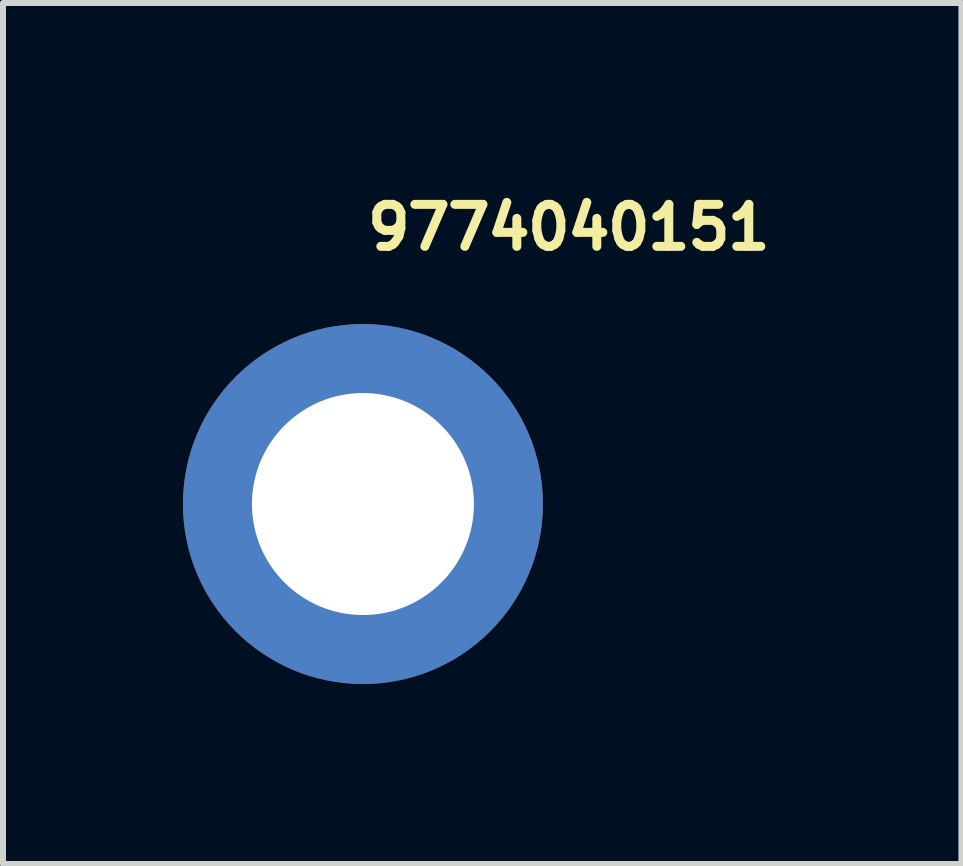
<source format=kicad_pcb>
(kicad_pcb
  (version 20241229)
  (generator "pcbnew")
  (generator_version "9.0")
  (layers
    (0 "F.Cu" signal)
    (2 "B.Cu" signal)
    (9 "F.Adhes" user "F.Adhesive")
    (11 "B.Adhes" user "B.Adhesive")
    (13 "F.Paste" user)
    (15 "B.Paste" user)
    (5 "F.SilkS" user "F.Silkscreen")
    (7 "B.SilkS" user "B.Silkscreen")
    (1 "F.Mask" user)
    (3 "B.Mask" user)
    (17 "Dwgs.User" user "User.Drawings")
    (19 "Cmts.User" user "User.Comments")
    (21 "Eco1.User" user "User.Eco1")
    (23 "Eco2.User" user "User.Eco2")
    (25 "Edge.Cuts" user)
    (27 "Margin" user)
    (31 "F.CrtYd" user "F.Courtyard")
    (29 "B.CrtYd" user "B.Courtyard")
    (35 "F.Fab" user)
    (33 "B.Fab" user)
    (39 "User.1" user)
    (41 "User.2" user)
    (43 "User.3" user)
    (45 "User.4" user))
  (footprint "9774040151"
    (layer "F.Cu")
    (at 3 5.352)
    (property "Reference" "9774040151" (at 0 -4.202 0) (layer "F.SilkS") (effects (font (size 0.7 0.7) (thickness 0.15)) (justify left bottom)))
    (attr smd)
    (fp_circle (center 0 0) (end 2.499 0) (stroke (width 1) (type solid)) (fill no) (layer "F.Paste"))
    (fp_line (start -2.551 0) (end -2.551 0) (stroke (width 0.02) (type solid)) (layer "User.9"))
    (fp_line (start -2.551 0) (end -2.548 0.131) (stroke (width 0.02) (type solid)) (layer "User.9"))
    (fp_line (start -2.548 -0.133) (end -2.551 0) (stroke (width 0.02) (type solid)) (layer "User.9"))
    (fp_line (start -2.548 0.131) (end -2.537 0.26) (stroke (width 0.02) (type solid)) (layer "User.9"))
    (fp_line (start -2.537 -0.262) (end -2.548 -0.133) (stroke (width 0.02) (type solid)) (layer "User.9"))
    (fp_line (start -2.537 0.26) (end -2.521 0.388) (stroke (width 0.02) (type solid)) (layer "User.9"))
    (fp_line (start -2.521 -0.39) (end -2.537 -0.262) (stroke (width 0.02) (type solid)) (layer "User.9"))
    (fp_line (start -2.521 0.388) (end -2.5 0.513) (stroke (width 0.02) (type solid)) (layer "User.9"))
    (fp_line (start -2.5 -0.515) (end -2.521 -0.39) (stroke (width 0.02) (type solid)) (layer "User.9"))
    (fp_line (start -2.5 0.513) (end -2.471 0.636) (stroke (width 0.02) (type solid)) (layer "User.9"))
    (fp_line (start -2.471 -0.638) (end -2.5 -0.515) (stroke (width 0.02) (type solid)) (layer "User.9"))
    (fp_line (start -2.471 0.636) (end -2.436 0.757) (stroke (width 0.02) (type solid)) (layer "User.9"))
    (fp_line (start -2.436 -0.759) (end -2.471 -0.638) (stroke (width 0.02) (type solid)) (layer "User.9"))
    (fp_line (start -2.436 0.757) (end -2.396 0.875) (stroke (width 0.02) (type solid)) (layer "User.9"))
    (fp_line (start -2.396 -0.877) (end -2.436 -0.759) (stroke (width 0.02) (type solid)) (layer "User.9"))
    (fp_line (start -2.396 0.875) (end -2.351 0.991) (stroke (width 0.02) (type solid)) (layer "User.9"))
    (fp_line (start -2.351 -0.993) (end -2.396 -0.877) (stroke (width 0.02) (type solid)) (layer "User.9"))
    (fp_line (start -2.351 0.991) (end -2.299 1.104) (stroke (width 0.02) (type solid)) (layer "User.9"))
    (fp_line (start -2.299 -1.107) (end -2.351 -0.993) (stroke (width 0.02) (type solid)) (layer "User.9"))
    (fp_line (start -2.299 1.104) (end -2.243 1.215) (stroke (width 0.02) (type solid)) (layer "User.9"))
    (fp_line (start -2.243 -1.216) (end -2.299 -1.107) (stroke (width 0.02) (type solid)) (layer "User.9"))
    (fp_line (start -2.243 1.215) (end -2.182 1.322) (stroke (width 0.02) (type solid)) (layer "User.9"))
    (fp_line (start -2.182 -1.323) (end -2.243 -1.216) (stroke (width 0.02) (type solid)) (layer "User.9"))
    (fp_line (start -2.182 1.322) (end -2.116 1.425) (stroke (width 0.02) (type solid)) (layer "User.9"))
    (fp_line (start -2.116 -1.426) (end -2.182 -1.323) (stroke (width 0.02) (type solid)) (layer "User.9"))
    (fp_line (start -2.116 1.425) (end -2.044 1.525) (stroke (width 0.02) (type solid)) (layer "User.9"))
    (fp_line (start -2.044 -1.526) (end -2.116 -1.426) (stroke (width 0.02) (type solid)) (layer "User.9"))
    (fp_line (start -2.044 1.525) (end -1.968 1.622) (stroke (width 0.02) (type solid)) (layer "User.9"))
    (fp_line (start -1.968 -1.623) (end -2.044 -1.526) (stroke (width 0.02) (type solid)) (layer "User.9"))
    (fp_line (start -1.968 1.622) (end -1.889 1.713) (stroke (width 0.02) (type solid)) (layer "User.9"))
    (fp_line (start -1.889 -1.716) (end -1.968 -1.623) (stroke (width 0.02) (type solid)) (layer "User.9"))
    (fp_line (start -1.889 1.713) (end -1.805 1.802) (stroke (width 0.02) (type solid)) (layer "User.9"))
    (fp_line (start -1.805 -1.805) (end -1.889 -1.716) (stroke (width 0.02) (type solid)) (layer "User.9"))
    (fp_line (start -1.805 1.802) (end -1.716 1.886) (stroke (width 0.02) (type solid)) (layer "User.9"))
    (fp_line (start -1.716 -1.889) (end -1.805 -1.805) (stroke (width 0.02) (type solid)) (layer "User.9"))
    (fp_line (start -1.716 1.886) (end -1.623 1.967) (stroke (width 0.02) (type solid)) (layer "User.9"))
    (fp_line (start -1.623 -1.968) (end -1.716 -1.889) (stroke (width 0.02) (type solid)) (layer "User.9"))
    (fp_line (start -1.623 1.967) (end -1.526 2.043) (stroke (width 0.02) (type solid)) (layer "User.9"))
    (fp_line (start -1.526 -2.044) (end -1.623 -1.968) (stroke (width 0.02) (type solid)) (layer "User.9"))
    (fp_line (start -1.526 2.043) (end -1.426 2.113) (stroke (width 0.02) (type solid)) (layer "User.9"))
    (fp_line (start -1.426 -2.116) (end -1.526 -2.044) (stroke (width 0.02) (type solid)) (layer "User.9"))
    (fp_line (start -1.426 2.113) (end -1.323 2.18) (stroke (width 0.02) (type solid)) (layer "User.9"))
    (fp_line (start -1.323 -2.182) (end -1.426 -2.116) (stroke (width 0.02) (type solid)) (layer "User.9"))
    (fp_line (start -1.323 2.18) (end -1.216 2.241) (stroke (width 0.02) (type solid)) (layer "User.9"))
    (fp_line (start -1.216 -2.243) (end -1.323 -2.182) (stroke (width 0.02) (type solid)) (layer "User.9"))
    (fp_line (start -1.216 2.241) (end -1.107 2.297) (stroke (width 0.02) (type solid)) (layer "User.9"))
    (fp_line (start -1.107 -2.299) (end -1.216 -2.243) (stroke (width 0.02) (type solid)) (layer "User.9"))
    (fp_line (start -1.107 2.297) (end -0.993 2.349) (stroke (width 0.02) (type solid)) (layer "User.9"))
    (fp_line (start -1.008 0) (end -1.008 0) (stroke (width 0.02) (type solid)) (layer "User.9"))
    (fp_line (start -1.008 0) (end -1.006 0.051) (stroke (width 0.02) (type solid)) (layer "User.9"))
    (fp_line (start -1.006 -0.053) (end -1.008 0) (stroke (width 0.02) (type solid)) (layer "User.9"))
    (fp_line (start -1.006 0.051) (end -1.002 0.102) (stroke (width 0.02) (type solid)) (layer "User.9"))
    (fp_line (start -1.002 -0.104) (end -1.006 -0.053) (stroke (width 0.02) (type solid)) (layer "User.9"))
    (fp_line (start -1.002 0.102) (end -0.995 0.152) (stroke (width 0.02) (type solid)) (layer "User.9"))
    (fp_line (start -0.995 -0.154) (end -1.002 -0.104) (stroke (width 0.02) (type solid)) (layer "User.9"))
    (fp_line (start -0.995 0.152) (end -0.987 0.202) (stroke (width 0.02) (type solid)) (layer "User.9"))
    (fp_line (start -0.993 -2.351) (end -1.107 -2.299) (stroke (width 0.02) (type solid)) (layer "User.9"))
    (fp_line (start -0.993 2.349) (end -0.877 2.394) (stroke (width 0.02) (type solid)) (layer "User.9"))
    (fp_line (start -0.987 -0.204) (end -0.995 -0.154) (stroke (width 0.02) (type solid)) (layer "User.9"))
    (fp_line (start -0.987 0.202) (end -0.975 0.25) (stroke (width 0.02) (type solid)) (layer "User.9"))
    (fp_line (start -0.975 -0.252) (end -0.987 -0.204) (stroke (width 0.02) (type solid)) (layer "User.9"))
    (fp_line (start -0.975 0.25) (end -0.962 0.298) (stroke (width 0.02) (type solid)) (layer "User.9"))
    (fp_line (start -0.962 -0.3) (end -0.975 -0.252) (stroke (width 0.02) (type solid)) (layer "User.9"))
    (fp_line (start -0.962 0.298) (end -0.947 0.346) (stroke (width 0.02) (type solid)) (layer "User.9"))
    (fp_line (start -0.947 -0.348) (end -0.962 -0.3) (stroke (width 0.02) (type solid)) (layer "User.9"))
    (fp_line (start -0.947 0.346) (end -0.929 0.391) (stroke (width 0.02) (type solid)) (layer "User.9"))
    (fp_line (start -0.929 -0.393) (end -0.947 -0.348) (stroke (width 0.02) (type solid)) (layer "User.9"))
    (fp_line (start -0.929 0.391) (end -0.909 0.435) (stroke (width 0.02) (type solid)) (layer "User.9"))
    (fp_line (start -0.909 -0.437) (end -0.929 -0.393) (stroke (width 0.02) (type solid)) (layer "User.9"))
    (fp_line (start -0.909 0.435) (end -0.886 0.479) (stroke (width 0.02) (type solid)) (layer "User.9"))
    (fp_line (start -0.886 -0.48) (end -0.909 -0.437) (stroke (width 0.02) (type solid)) (layer "User.9"))
    (fp_line (start -0.886 0.479) (end -0.861 0.521) (stroke (width 0.02) (type solid)) (layer "User.9"))
    (fp_line (start -0.877 -2.396) (end -0.993 -2.351) (stroke (width 0.02) (type solid)) (layer "User.9"))
    (fp_line (start -0.877 2.394) (end -0.759 2.435) (stroke (width 0.02) (type solid)) (layer "User.9"))
    (fp_line (start -0.861 -0.523) (end -0.886 -0.48) (stroke (width 0.02) (type solid)) (layer "User.9"))
    (fp_line (start -0.861 0.521) (end -0.835 0.562) (stroke (width 0.02) (type solid)) (layer "User.9"))
    (fp_line (start -0.835 -0.564) (end -0.861 -0.523) (stroke (width 0.02) (type solid)) (layer "User.9"))
    (fp_line (start -0.835 0.562) (end -0.808 0.601) (stroke (width 0.02) (type solid)) (layer "User.9"))
    (fp_line (start -0.808 -0.603) (end -0.835 -0.564) (stroke (width 0.02) (type solid)) (layer "User.9"))
    (fp_line (start -0.808 0.601) (end -0.778 0.64) (stroke (width 0.02) (type solid)) (layer "User.9"))
    (fp_line (start -0.778 -0.642) (end -0.808 -0.603) (stroke (width 0.02) (type solid)) (layer "User.9"))
    (fp_line (start -0.778 0.64) (end -0.746 0.676) (stroke (width 0.02) (type solid)) (layer "User.9"))
    (fp_line (start -0.759 -2.436) (end -0.877 -2.396) (stroke (width 0.02) (type solid)) (layer "User.9"))
    (fp_line (start -0.759 2.435) (end -0.638 2.468) (stroke (width 0.02) (type solid)) (layer "User.9"))
    (fp_line (start -0.746 -0.678) (end -0.778 -0.642) (stroke (width 0.02) (type solid)) (layer "User.9"))
    (fp_line (start -0.746 0.676) (end -0.712 0.71) (stroke (width 0.02) (type solid)) (layer "User.9"))
    (fp_line (start -0.712 -0.712) (end -0.746 -0.678) (stroke (width 0.02) (type solid)) (layer "User.9"))
    (fp_line (start -0.712 0.71) (end -0.678 0.744) (stroke (width 0.02) (type solid)) (layer "User.9"))
    (fp_line (start -0.678 -0.746) (end -0.712 -0.712) (stroke (width 0.02) (type solid)) (layer "User.9"))
    (fp_line (start -0.678 0.744) (end -0.642 0.776) (stroke (width 0.02) (type solid)) (layer "User.9"))
    (fp_line (start -0.642 -0.778) (end -0.678 -0.746) (stroke (width 0.02) (type solid)) (layer "User.9"))
    (fp_line (start -0.642 0.776) (end -0.603 0.806) (stroke (width 0.02) (type solid)) (layer "User.9"))
    (fp_line (start -0.638 -2.471) (end -0.759 -2.436) (stroke (width 0.02) (type solid)) (layer "User.9"))
    (fp_line (start -0.638 2.468) (end -0.515 2.498) (stroke (width 0.02) (type solid)) (layer "User.9"))
    (fp_line (start -0.603 -0.808) (end -0.642 -0.778) (stroke (width 0.02) (type solid)) (layer "User.9"))
    (fp_line (start -0.603 0.806) (end -0.564 0.833) (stroke (width 0.02) (type solid)) (layer "User.9"))
    (fp_line (start -0.564 -0.835) (end -0.603 -0.808) (stroke (width 0.02) (type solid)) (layer "User.9"))
    (fp_line (start -0.564 0.833) (end -0.523 0.859) (stroke (width 0.02) (type solid)) (layer "User.9"))
    (fp_line (start -0.523 -0.861) (end -0.564 -0.835) (stroke (width 0.02) (type solid)) (layer "User.9"))
    (fp_line (start -0.523 0.859) (end -0.48 0.884) (stroke (width 0.02) (type solid)) (layer "User.9"))
    (fp_line (start -0.515 -2.5) (end -0.638 -2.471) (stroke (width 0.02) (type solid)) (layer "User.9"))
    (fp_line (start -0.515 2.498) (end -0.39 2.519) (stroke (width 0.02) (type solid)) (layer "User.9"))
    (fp_line (start -0.48 -0.886) (end -0.523 -0.861) (stroke (width 0.02) (type solid)) (layer "User.9"))
    (fp_line (start -0.48 0.884) (end -0.437 0.907) (stroke (width 0.02) (type solid)) (layer "User.9"))
    (fp_line (start -0.437 -0.909) (end -0.48 -0.886) (stroke (width 0.02) (type solid)) (layer "User.9"))
    (fp_line (start -0.437 0.907) (end -0.393 0.927) (stroke (width 0.02) (type solid)) (layer "User.9"))
    (fp_line (start -0.393 -0.929) (end -0.437 -0.909) (stroke (width 0.02) (type solid)) (layer "User.9"))
    (fp_line (start -0.393 0.927) (end -0.348 0.945) (stroke (width 0.02) (type solid)) (layer "User.9"))
    (fp_line (start -0.39 -2.521) (end -0.515 -2.5) (stroke (width 0.02) (type solid)) (layer "User.9"))
    (fp_line (start -0.39 2.519) (end -0.262 2.535) (stroke (width 0.02) (type solid)) (layer "User.9"))
    (fp_line (start -0.348 -0.947) (end -0.393 -0.929) (stroke (width 0.02) (type solid)) (layer "User.9"))
    (fp_line (start -0.348 0.945) (end -0.3 0.96) (stroke (width 0.02) (type solid)) (layer "User.9"))
    (fp_line (start -0.3 -0.962) (end -0.348 -0.947) (stroke (width 0.02) (type solid)) (layer "User.9"))
    (fp_line (start -0.3 0.96) (end -0.252 0.973) (stroke (width 0.02) (type solid)) (layer "User.9"))
    (fp_line (start -0.262 -2.537) (end -0.39 -2.521) (stroke (width 0.02) (type solid)) (layer "User.9"))
    (fp_line (start -0.262 2.535) (end -0.133 2.546) (stroke (width 0.02) (type solid)) (layer "User.9"))
    (fp_line (start -0.252 -0.975) (end -0.3 -0.962) (stroke (width 0.02) (type solid)) (layer "User.9"))
    (fp_line (start -0.252 0.973) (end -0.204 0.985) (stroke (width 0.02) (type solid)) (layer "User.9"))
    (fp_line (start -0.204 -0.987) (end -0.252 -0.975) (stroke (width 0.02) (type solid)) (layer "User.9"))
    (fp_line (start -0.204 0.985) (end -0.154 0.993) (stroke (width 0.02) (type solid)) (layer "User.9"))
    (fp_line (start -0.154 -0.995) (end -0.204 -0.987) (stroke (width 0.02) (type solid)) (layer "User.9"))
    (fp_line (start -0.154 0.993) (end -0.104 1.001) (stroke (width 0.02) (type solid)) (layer "User.9"))
    (fp_line (start -0.133 -2.548) (end -0.262 -2.537) (stroke (width 0.02) (type solid)) (layer "User.9"))
    (fp_line (start -0.133 2.546) (end 0 2.548) (stroke (width 0.02) (type solid)) (layer "User.9"))
    (fp_line (start -0.104 -1.002) (end -0.154 -0.995) (stroke (width 0.02) (type solid)) (layer "User.9"))
    (fp_line (start -0.104 1.001) (end -0.053 1.005) (stroke (width 0.02) (type solid)) (layer "User.9"))
    (fp_line (start -0.053 -1.006) (end -0.104 -1.002) (stroke (width 0.02) (type solid)) (layer "User.9"))
    (fp_line (start -0.053 1.005) (end 0 1.005) (stroke (width 0.02) (type solid)) (layer "User.9"))
    (fp_line (start 0 -2.551) (end -0.133 -2.548) (stroke (width 0.02) (type solid)) (layer "User.9"))
    (fp_line (start 0 -2.551) (end 0 -2.551) (stroke (width 0.02) (type solid)) (layer "User.9"))
    (fp_line (start 0 -1.008) (end -0.053 -1.006) (stroke (width 0.02) (type solid)) (layer "User.9"))
    (fp_line (start 0 -1.008) (end 0 -1.008) (stroke (width 0.02) (type solid)) (layer "User.9"))
    (fp_line (start 0 1.005) (end 0 1.005) (stroke (width 0.02) (type solid)) (layer "User.9"))
    (fp_line (start 0 1.005) (end 0.051 1.005) (stroke (width 0.02) (type solid)) (layer "User.9"))
    (fp_line (start 0 2.548) (end 0 2.548) (stroke (width 0.02) (type solid)) (layer "User.9"))
    (fp_line (start 0 2.548) (end 0.131 2.546) (stroke (width 0.02) (type solid)) (layer "User.9"))
    (fp_line (start 0.051 -1.006) (end 0 -1.008) (stroke (width 0.02) (type solid)) (layer "User.9"))
    (fp_line (start 0.051 1.005) (end 0.102 1.001) (stroke (width 0.02) (type solid)) (layer "User.9"))
    (fp_line (start 0.102 -1.002) (end 0.051 -1.006) (stroke (width 0.02) (type solid)) (layer "User.9"))
    (fp_line (start 0.102 1.001) (end 0.152 0.993) (stroke (width 0.02) (type solid)) (layer "User.9"))
    (fp_line (start 0.131 -2.548) (end 0 -2.551) (stroke (width 0.02) (type solid)) (layer "User.9"))
    (fp_line (start 0.131 2.546) (end 0.26 2.535) (stroke (width 0.02) (type solid)) (layer "User.9"))
    (fp_line (start 0.152 -0.995) (end 0.102 -1.002) (stroke (width 0.02) (type solid)) (layer "User.9"))
    (fp_line (start 0.152 0.993) (end 0.202 0.985) (stroke (width 0.02) (type solid)) (layer "User.9"))
    (fp_line (start 0.202 -0.987) (end 0.152 -0.995) (stroke (width 0.02) (type solid)) (layer "User.9"))
    (fp_line (start 0.202 0.985) (end 0.25 0.973) (stroke (width 0.02) (type solid)) (layer "User.9"))
    (fp_line (start 0.25 -0.975) (end 0.202 -0.987) (stroke (width 0.02) (type solid)) (layer "User.9"))
    (fp_line (start 0.25 0.973) (end 0.298 0.96) (stroke (width 0.02) (type solid)) (layer "User.9"))
    (fp_line (start 0.26 -2.537) (end 0.131 -2.548) (stroke (width 0.02) (type solid)) (layer "User.9"))
    (fp_line (start 0.26 2.535) (end 0.388 2.519) (stroke (width 0.02) (type solid)) (layer "User.9"))
    (fp_line (start 0.298 -0.962) (end 0.25 -0.975) (stroke (width 0.02) (type solid)) (layer "User.9"))
    (fp_line (start 0.298 0.96) (end 0.346 0.945) (stroke (width 0.02) (type solid)) (layer "User.9"))
    (fp_line (start 0.346 -0.947) (end 0.298 -0.962) (stroke (width 0.02) (type solid)) (layer "User.9"))
    (fp_line (start 0.346 0.945) (end 0.391 0.927) (stroke (width 0.02) (type solid)) (layer "User.9"))
    (fp_line (start 0.388 -2.521) (end 0.26 -2.537) (stroke (width 0.02) (type solid)) (layer "User.9"))
    (fp_line (start 0.388 2.519) (end 0.513 2.498) (stroke (width 0.02) (type solid)) (layer "User.9"))
    (fp_line (start 0.391 -0.929) (end 0.346 -0.947) (stroke (width 0.02) (type solid)) (layer "User.9"))
    (fp_line (start 0.391 0.927) (end 0.435 0.907) (stroke (width 0.02) (type solid)) (layer "User.9"))
    (fp_line (start 0.435 -0.909) (end 0.391 -0.929) (stroke (width 0.02) (type solid)) (layer "User.9"))
    (fp_line (start 0.435 0.907) (end 0.479 0.884) (stroke (width 0.02) (type solid)) (layer "User.9"))
    (fp_line (start 0.479 -0.886) (end 0.435 -0.909) (stroke (width 0.02) (type solid)) (layer "User.9"))
    (fp_line (start 0.479 0.884) (end 0.521 0.859) (stroke (width 0.02) (type solid)) (layer "User.9"))
    (fp_line (start 0.513 -2.5) (end 0.388 -2.521) (stroke (width 0.02) (type solid)) (layer "User.9"))
    (fp_line (start 0.513 2.498) (end 0.636 2.468) (stroke (width 0.02) (type solid)) (layer "User.9"))
    (fp_line (start 0.521 -0.861) (end 0.479 -0.886) (stroke (width 0.02) (type solid)) (layer "User.9"))
    (fp_line (start 0.521 0.859) (end 0.562 0.833) (stroke (width 0.02) (type solid)) (layer "User.9"))
    (fp_line (start 0.562 -0.835) (end 0.521 -0.861) (stroke (width 0.02) (type solid)) (layer "User.9"))
    (fp_line (start 0.562 0.833) (end 0.601 0.806) (stroke (width 0.02) (type solid)) (layer "User.9"))
    (fp_line (start 0.601 -0.808) (end 0.562 -0.835) (stroke (width 0.02) (type solid)) (layer "User.9"))
    (fp_line (start 0.601 0.806) (end 0.64 0.776) (stroke (width 0.02) (type solid)) (layer "User.9"))
    (fp_line (start 0.636 -2.471) (end 0.513 -2.5) (stroke (width 0.02) (type solid)) (layer "User.9"))
    (fp_line (start 0.636 2.468) (end 0.757 2.435) (stroke (width 0.02) (type solid)) (layer "User.9"))
    (fp_line (start 0.64 -0.778) (end 0.601 -0.808) (stroke (width 0.02) (type solid)) (layer "User.9"))
    (fp_line (start 0.64 0.776) (end 0.676 0.744) (stroke (width 0.02) (type solid)) (layer "User.9"))
    (fp_line (start 0.676 -0.746) (end 0.64 -0.778) (stroke (width 0.02) (type solid)) (layer "User.9"))
    (fp_line (start 0.676 0.744) (end 0.71 0.71) (stroke (width 0.02) (type solid)) (layer "User.9"))
    (fp_line (start 0.71 -0.712) (end 0.676 -0.746) (stroke (width 0.02) (type solid)) (layer "User.9"))
    (fp_line (start 0.71 0.71) (end 0.744 0.676) (stroke (width 0.02) (type solid)) (layer "User.9"))
    (fp_line (start 0.744 -0.678) (end 0.71 -0.712) (stroke (width 0.02) (type solid)) (layer "User.9"))
    (fp_line (start 0.744 0.676) (end 0.776 0.64) (stroke (width 0.02) (type solid)) (layer "User.9"))
    (fp_line (start 0.757 -2.436) (end 0.636 -2.471) (stroke (width 0.02) (type solid)) (layer "User.9"))
    (fp_line (start 0.757 2.435) (end 0.875 2.394) (stroke (width 0.02) (type solid)) (layer "User.9"))
    (fp_line (start 0.776 -0.642) (end 0.744 -0.678) (stroke (width 0.02) (type solid)) (layer "User.9"))
    (fp_line (start 0.776 0.64) (end 0.806 0.601) (stroke (width 0.02) (type solid)) (layer "User.9"))
    (fp_line (start 0.806 -0.603) (end 0.776 -0.642) (stroke (width 0.02) (type solid)) (layer "User.9"))
    (fp_line (start 0.806 0.601) (end 0.833 0.562) (stroke (width 0.02) (type solid)) (layer "User.9"))
    (fp_line (start 0.833 -0.564) (end 0.806 -0.603) (stroke (width 0.02) (type solid)) (layer "User.9"))
    (fp_line (start 0.833 0.562) (end 0.859 0.521) (stroke (width 0.02) (type solid)) (layer "User.9"))
    (fp_line (start 0.859 -0.523) (end 0.833 -0.564) (stroke (width 0.02) (type solid)) (layer "User.9"))
    (fp_line (start 0.859 0.521) (end 0.884 0.479) (stroke (width 0.02) (type solid)) (layer "User.9"))
    (fp_line (start 0.875 -2.396) (end 0.757 -2.436) (stroke (width 0.02) (type solid)) (layer "User.9"))
    (fp_line (start 0.875 2.394) (end 0.991 2.349) (stroke (width 0.02) (type solid)) (layer "User.9"))
    (fp_line (start 0.884 -0.48) (end 0.859 -0.523) (stroke (width 0.02) (type solid)) (layer "User.9"))
    (fp_line (start 0.884 0.479) (end 0.907 0.435) (stroke (width 0.02) (type solid)) (layer "User.9"))
    (fp_line (start 0.907 -0.437) (end 0.884 -0.48) (stroke (width 0.02) (type solid)) (layer "User.9"))
    (fp_line (start 0.907 0.435) (end 0.927 0.391) (stroke (width 0.02) (type solid)) (layer "User.9"))
    (fp_line (start 0.927 -0.393) (end 0.907 -0.437) (stroke (width 0.02) (type solid)) (layer "User.9"))
    (fp_line (start 0.927 0.391) (end 0.945 0.346) (stroke (width 0.02) (type solid)) (layer "User.9"))
    (fp_line (start 0.945 -0.348) (end 0.927 -0.393) (stroke (width 0.02) (type solid)) (layer "User.9"))
    (fp_line (start 0.945 0.346) (end 0.96 0.298) (stroke (width 0.02) (type solid)) (layer "User.9"))
    (fp_line (start 0.96 -0.3) (end 0.945 -0.348) (stroke (width 0.02) (type solid)) (layer "User.9"))
    (fp_line (start 0.96 0.298) (end 0.973 0.25) (stroke (width 0.02) (type solid)) (layer "User.9"))
    (fp_line (start 0.973 -0.252) (end 0.96 -0.3) (stroke (width 0.02) (type solid)) (layer "User.9"))
    (fp_line (start 0.973 0.25) (end 0.985 0.202) (stroke (width 0.02) (type solid)) (layer "User.9"))
    (fp_line (start 0.985 -0.204) (end 0.973 -0.252) (stroke (width 0.02) (type solid)) (layer "User.9"))
    (fp_line (start 0.985 0.202) (end 0.993 0.152) (stroke (width 0.02) (type solid)) (layer "User.9"))
    (fp_line (start 0.991 -2.351) (end 0.875 -2.396) (stroke (width 0.02) (type solid)) (layer "User.9"))
    (fp_line (start 0.991 2.349) (end 1.104 2.297) (stroke (width 0.02) (type solid)) (layer "User.9"))
    (fp_line (start 0.993 -0.154) (end 0.985 -0.204) (stroke (width 0.02) (type solid)) (layer "User.9"))
    (fp_line (start 0.993 0.152) (end 1.001 0.102) (stroke (width 0.02) (type solid)) (layer "User.9"))
    (fp_line (start 1.001 -0.104) (end 0.993 -0.154) (stroke (width 0.02) (type solid)) (layer "User.9"))
    (fp_line (start 1.001 0.102) (end 1.005 0.051) (stroke (width 0.02) (type solid)) (layer "User.9"))
    (fp_line (start 1.005 -0.053) (end 1.001 -0.104) (stroke (width 0.02) (type solid)) (layer "User.9"))
    (fp_line (start 1.005 0) (end 1.005 -0.053) (stroke (width 0.02) (type solid)) (layer "User.9"))
    (fp_line (start 1.005 0) (end 1.005 0) (stroke (width 0.02) (type solid)) (layer "User.9"))
    (fp_line (start 1.005 0) (end 1.005 0) (stroke (width 0.02) (type solid)) (layer "User.9"))
    (fp_line (start 1.005 0.051) (end 1.005 0) (stroke (width 0.02) (type solid)) (layer "User.9"))
    (fp_line (start 1.104 -2.299) (end 0.991 -2.351) (stroke (width 0.02) (type solid)) (layer "User.9"))
    (fp_line (start 1.104 2.297) (end 1.215 2.241) (stroke (width 0.02) (type solid)) (layer "User.9"))
    (fp_line (start 1.215 -2.243) (end 1.104 -2.299) (stroke (width 0.02) (type solid)) (layer "User.9"))
    (fp_line (start 1.215 2.241) (end 1.322 2.18) (stroke (width 0.02) (type solid)) (layer "User.9"))
    (fp_line (start 1.322 -2.182) (end 1.215 -2.243) (stroke (width 0.02) (type solid)) (layer "User.9"))
    (fp_line (start 1.322 2.18) (end 1.425 2.113) (stroke (width 0.02) (type solid)) (layer "User.9"))
    (fp_line (start 1.425 -2.116) (end 1.322 -2.182) (stroke (width 0.02) (type solid)) (layer "User.9"))
    (fp_line (start 1.425 2.113) (end 1.525 2.043) (stroke (width 0.02) (type solid)) (layer "User.9"))
    (fp_line (start 1.525 -2.044) (end 1.425 -2.116) (stroke (width 0.02) (type solid)) (layer "User.9"))
    (fp_line (start 1.525 2.043) (end 1.622 1.967) (stroke (width 0.02) (type solid)) (layer "User.9"))
    (fp_line (start 1.622 -1.968) (end 1.525 -2.044) (stroke (width 0.02) (type solid)) (layer "User.9"))
    (fp_line (start 1.622 1.967) (end 1.713 1.886) (stroke (width 0.02) (type solid)) (layer "User.9"))
    (fp_line (start 1.713 -1.889) (end 1.622 -1.968) (stroke (width 0.02) (type solid)) (layer "User.9"))
    (fp_line (start 1.713 1.886) (end 1.802 1.802) (stroke (width 0.02) (type solid)) (layer "User.9"))
    (fp_line (start 1.802 -1.805) (end 1.713 -1.889) (stroke (width 0.02) (type solid)) (layer "User.9"))
    (fp_line (start 1.802 1.802) (end 1.886 1.713) (stroke (width 0.02) (type solid)) (layer "User.9"))
    (fp_line (start 1.886 -1.716) (end 1.802 -1.805) (stroke (width 0.02) (type solid)) (layer "User.9"))
    (fp_line (start 1.886 1.713) (end 1.967 1.622) (stroke (width 0.02) (type solid)) (layer "User.9"))
    (fp_line (start 1.967 -1.623) (end 1.886 -1.716) (stroke (width 0.02) (type solid)) (layer "User.9"))
    (fp_line (start 1.967 1.622) (end 2.043 1.525) (stroke (width 0.02) (type solid)) (layer "User.9"))
    (fp_line (start 2.043 -1.526) (end 1.967 -1.623) (stroke (width 0.02) (type solid)) (layer "User.9"))
    (fp_line (start 2.043 1.525) (end 2.113 1.425) (stroke (width 0.02) (type solid)) (layer "User.9"))
    (fp_line (start 2.113 -1.426) (end 2.043 -1.526) (stroke (width 0.02) (type solid)) (layer "User.9"))
    (fp_line (start 2.113 1.425) (end 2.18 1.322) (stroke (width 0.02) (type solid)) (layer "User.9"))
    (fp_line (start 2.18 -1.323) (end 2.113 -1.426) (stroke (width 0.02) (type solid)) (layer "User.9"))
    (fp_line (start 2.18 1.322) (end 2.241 1.215) (stroke (width 0.02) (type solid)) (layer "User.9"))
    (fp_line (start 2.241 -1.216) (end 2.18 -1.323) (stroke (width 0.02) (type solid)) (layer "User.9"))
    (fp_line (start 2.241 1.215) (end 2.297 1.104) (stroke (width 0.02) (type solid)) (layer "User.9"))
    (fp_line (start 2.297 -1.107) (end 2.241 -1.216) (stroke (width 0.02) (type solid)) (layer "User.9"))
    (fp_line (start 2.297 1.104) (end 2.349 0.991) (stroke (width 0.02) (type solid)) (layer "User.9"))
    (fp_line (start 2.349 -0.993) (end 2.297 -1.107) (stroke (width 0.02) (type solid)) (layer "User.9"))
    (fp_line (start 2.349 0.991) (end 2.394 0.875) (stroke (width 0.02) (type solid)) (layer "User.9"))
    (fp_line (start 2.394 -0.877) (end 2.349 -0.993) (stroke (width 0.02) (type solid)) (layer "User.9"))
    (fp_line (start 2.394 0.875) (end 2.435 0.757) (stroke (width 0.02) (type solid)) (layer "User.9"))
    (fp_line (start 2.435 -0.759) (end 2.394 -0.877) (stroke (width 0.02) (type solid)) (layer "User.9"))
    (fp_line (start 2.435 0.757) (end 2.468 0.636) (stroke (width 0.02) (type solid)) (layer "User.9"))
    (fp_line (start 2.468 -0.638) (end 2.435 -0.759) (stroke (width 0.02) (type solid)) (layer "User.9"))
    (fp_line (start 2.468 0.636) (end 2.498 0.513) (stroke (width 0.02) (type solid)) (layer "User.9"))
    (fp_line (start 2.498 -0.515) (end 2.468 -0.638) (stroke (width 0.02) (type solid)) (layer "User.9"))
    (fp_line (start 2.498 0.513) (end 2.519 0.388) (stroke (width 0.02) (type solid)) (layer "User.9"))
    (fp_line (start 2.519 -0.39) (end 2.498 -0.515) (stroke (width 0.02) (type solid)) (layer "User.9"))
    (fp_line (start 2.519 0.388) (end 2.535 0.26) (stroke (width 0.02) (type solid)) (layer "User.9"))
    (fp_line (start 2.535 -0.262) (end 2.519 -0.39) (stroke (width 0.02) (type solid)) (layer "User.9"))
    (fp_line (start 2.535 0.26) (end 2.546 0.131) (stroke (width 0.02) (type solid)) (layer "User.9"))
    (fp_line (start 2.546 -0.133) (end 2.535 -0.262) (stroke (width 0.02) (type solid)) (layer "User.9"))
    (fp_line (start 2.546 0.131) (end 2.548 0) (stroke (width 0.02) (type solid)) (layer "User.9"))
    (fp_line (start 2.548 0) (end 2.546 -0.133) (stroke (width 0.02) (type solid)) (layer "User.9"))
    (fp_line (start 2.548 0) (end 2.548 0) (stroke (width 0.02) (type solid)) (layer "User.9"))
    (fp_line (start 2.548 0) (end 2.548 0) (stroke (width 0.02) (type solid)) (layer "User.9"))
    (pad "1" thru_hole circle (at 0 0) (size 6 6) (drill 3.7) (layers "*.Cu" "*.Mask")))
  (gr_rect
    (start -3 -3)
    (end 12.977 11.352)
    (stroke (width 0.1) (type default))
    (fill no)
    (layer "Edge.Cuts")))
</source>
